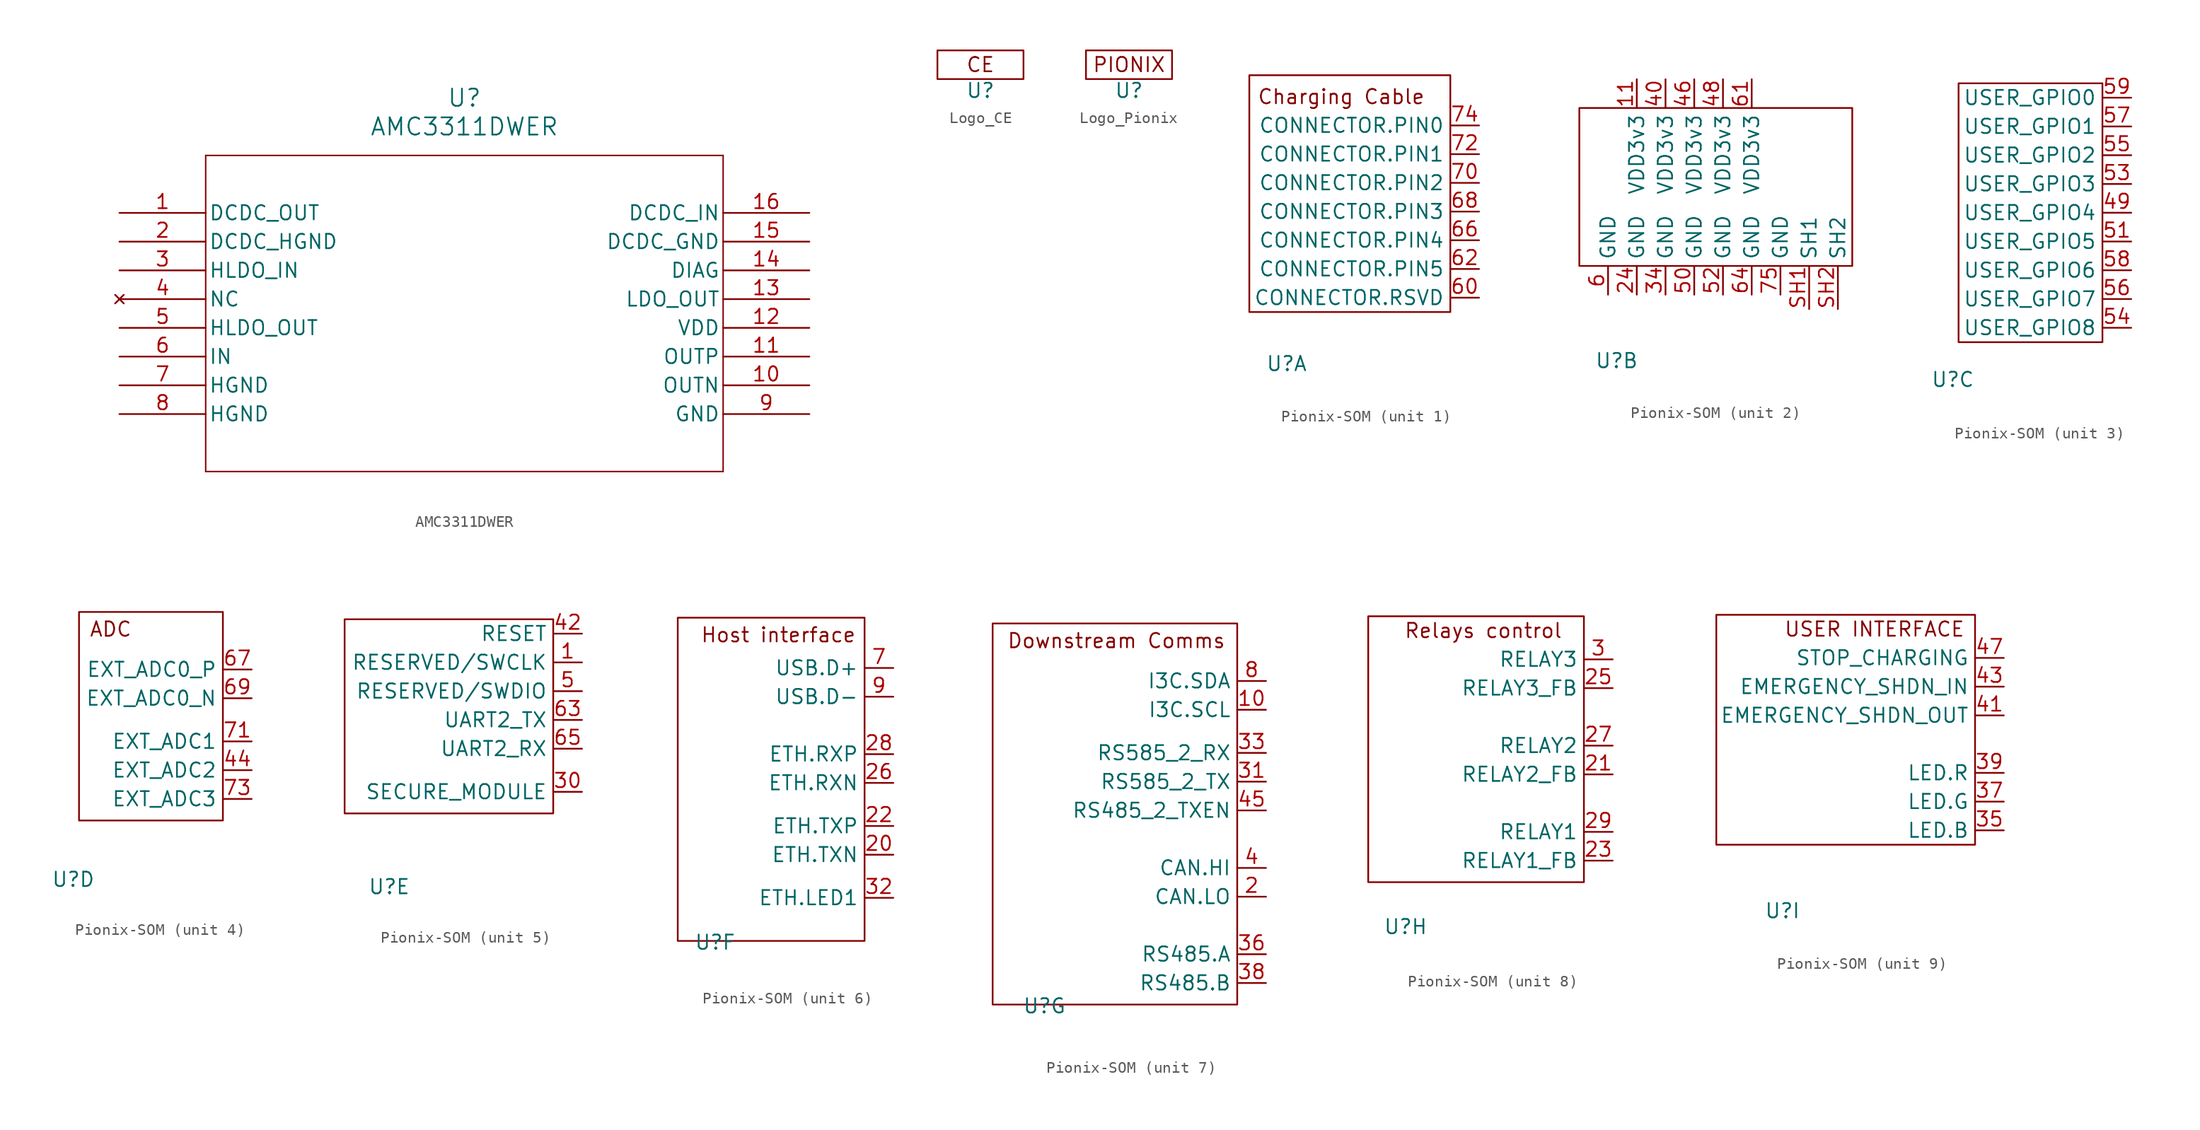
<source format=kicad_sym>
(kicad_symbol_lib
  (version 20241209)
  (generator "kicad_symbol_editor")
  (generator_version "9.0")
  (symbol "AMC3311DWER"
    (pin_names
      (offset 0.254))
    (property "Reference" "U"
      (at 0 19.05 0)
      (effects (font (size 1.524 1.524))))
    (property "Value" "AMC3311DWER"
      (at 0 16.51 0)
      (effects (font (size 1.524 1.524))))
    (symbol "AMC3311DWER_0_1"
      (polyline (pts (xy -22.86 13.97) (xy -22.86 -13.97)) (stroke (width 0.127) (type default)) (fill (type none)))
      (polyline (pts (xy -22.86 -13.97) (xy 22.86 -13.97)) (stroke (width 0.127) (type default)) (fill (type none)))
      (polyline (pts (xy 22.86 13.97) (xy -22.86 13.97)) (stroke (width 0.127) (type default)) (fill (type none)))
      (polyline (pts (xy 22.86 -13.97) (xy 22.86 13.97)) (stroke (width 0.127) (type default)) (fill (type none)))
      (pin power_in line (at -30.48 8.89 0) (length 7.62) (name "DCDC_OUT" (effects (font (size 1.27 1.27)))) (number "1" (effects (font (size 1.27 1.27)))))
      (pin power_out line (at -30.48 6.35 0) (length 7.62) (name "DCDC_HGND" (effects (font (size 1.27 1.27)))) (number "2" (effects (font (size 1.27 1.27)))))
      (pin power_in line (at -30.48 3.81 0) (length 7.62) (name "HLDO_IN" (effects (font (size 1.27 1.27)))) (number "3" (effects (font (size 1.27 1.27)))))
      (pin no_connect line (at -30.48 1.27 0) (length 7.62) (name "NC" (effects (font (size 1.27 1.27)))) (number "4" (effects (font (size 1.27 1.27)))))
      (pin power_in line (at -30.48 -1.27 0) (length 7.62) (name "HLDO_OUT" (effects (font (size 1.27 1.27)))) (number "5" (effects (font (size 1.27 1.27)))))
      (pin input line (at -30.48 -3.81 0) (length 7.62) (name "IN" (effects (font (size 1.27 1.27)))) (number "6" (effects (font (size 1.27 1.27)))))
      (pin power_out line (at -30.48 -6.35 0) (length 7.62) (name "HGND" (effects (font (size 1.27 1.27)))) (number "7" (effects (font (size 1.27 1.27)))))
      (pin power_out line (at -30.48 -8.89 0) (length 7.62) (name "HGND" (effects (font (size 1.27 1.27)))) (number "8" (effects (font (size 1.27 1.27)))))
      (pin power_in line (at 30.48 8.89 180) (length 7.62) (name "DCDC_IN" (effects (font (size 1.27 1.27)))) (number "16" (effects (font (size 1.27 1.27)))))
      (pin power_out line (at 30.48 6.35 180) (length 7.62) (name "DCDC_GND" (effects (font (size 1.27 1.27)))) (number "15" (effects (font (size 1.27 1.27)))))
      (pin output line (at 30.48 3.81 180) (length 7.62) (name "DIAG" (effects (font (size 1.27 1.27)))) (number "14" (effects (font (size 1.27 1.27)))))
      (pin output line (at 30.48 1.27 180) (length 7.62) (name "LDO_OUT" (effects (font (size 1.27 1.27)))) (number "13" (effects (font (size 1.27 1.27)))))
      (pin power_in line (at 30.48 -1.27 180) (length 7.62) (name "VDD" (effects (font (size 1.27 1.27)))) (number "12" (effects (font (size 1.27 1.27)))))
      (pin output line (at 30.48 -3.81 180) (length 7.62) (name "OUTP" (effects (font (size 1.27 1.27)))) (number "11" (effects (font (size 1.27 1.27)))))
      (pin output line (at 30.48 -6.35 180) (length 7.62) (name "OUTN" (effects (font (size 1.27 1.27)))) (number "10" (effects (font (size 1.27 1.27)))))
      (pin power_out line (at 30.48 -8.89 180) (length 7.62) (name "GND" (effects (font (size 1.27 1.27)))) (number "9" (effects (font (size 1.27 1.27)))))))
  (symbol "Logo_CE"
    (property "Reference" "U"
      (at 0 -2.286 0)
      (effects (font (size 1.27 1.27))))
    (property "Value" ""
      (at 0 0 0)
      (effects (font (size 1.27 1.27))))
    (symbol "Logo_CE_1_1"
      (rectangle (start -3.81 1.27) (end 3.81 -1.27) (stroke (width 0) (type default)) (fill (type none)))
      (text "CE" (at 0 0 0) (effects (font (size 1.27 1.27))))))
  (symbol "Logo_Pionix"
    (property "Reference" "U"
      (at 0 -2.286 0)
      (effects (font (size 1.27 1.27))))
    (property "Value" ""
      (at 0 0 0)
      (effects (font (size 1.27 1.27))))
    (symbol "Logo_Pionix_1_1"
      (rectangle (start -3.81 1.27) (end 3.81 -1.27) (stroke (width 0) (type default)) (fill (type none)))
      (text "PIONIX" (at 0 0 0) (effects (font (size 1.27 1.27))))))
  (symbol "Pionix-SOM"
    (property "Reference" "U"
      (at -6.858 -14.732 0)
      (effects (font (size 1.27 1.27))))
    (property "Value" ""
      (at 1.27 -5.08 0)
      (effects (font (size 1.27 1.27))))
    (property "ki_locked" ""
      (at 0 0 0)
      (effects (font (size 1.27 1.27))))
    (symbol "Pionix-SOM_1_1"
      (rectangle (start -10.16 10.795) (end 7.62 -10.16) (stroke (width 0) (type default)) (fill (type none)))
      (text "Charging Cable" (at -2.032 8.89 0) (effects (font (size 1.27 1.27))))
      (pin passive line (at 10.16 6.35 180) (length 2.54) (name "CONNECTOR.PIN0" (effects (font (size 1.27 1.27)))) (number "74" (effects (font (size 1.27 1.27)))))
      (pin passive line (at 10.16 3.81 180) (length 2.54) (name "CONNECTOR.PIN1" (effects (font (size 1.27 1.27)))) (number "72" (effects (font (size 1.27 1.27)))))
      (pin passive line (at 10.16 1.27 180) (length 2.54) (name "CONNECTOR.PIN2" (effects (font (size 1.27 1.27)))) (number "70" (effects (font (size 1.27 1.27)))))
      (pin passive line (at 10.16 -1.27 180) (length 2.54) (name "CONNECTOR.PIN3" (effects (font (size 1.27 1.27)))) (number "68" (effects (font (size 1.27 1.27)))))
      (pin passive line (at 10.16 -3.81 180) (length 2.54) (name "CONNECTOR.PIN4" (effects (font (size 1.27 1.27)))) (number "66" (effects (font (size 1.27 1.27)))))
      (pin passive line (at 10.16 -6.35 180) (length 2.54) (name "CONNECTOR.PIN5" (effects (font (size 1.27 1.27)))) (number "62" (effects (font (size 1.27 1.27)))))
      (pin passive line (at 10.16 -8.89 180) (length 2.54) (name "CONNECTOR.RSVD" (effects (font (size 1.27 1.27)))) (number "60" (effects (font (size 1.27 1.27))))))
    (symbol "Pionix-SOM_2_1"
      (rectangle (start -10.16 7.62) (end 13.97 -6.35) (stroke (width 0) (type default)) (fill (type none)))
      (pin power_in line (at -7.62 -8.89 90) (length 2.54) (name "GND" (effects (font (size 1.27 1.27)))) (number "6" (effects (font (size 1.27 1.27)))))
      (pin power_in line (at -5.08 10.16 270) (length 2.54) (name "VDD3v3" (effects (font (size 1.27 1.27)))) (number "11" (effects (font (size 1.27 1.27)))))
      (pin power_in line (at -5.08 -8.89 90) (length 2.54) (name "GND" (effects (font (size 1.27 1.27)))) (number "24" (effects (font (size 1.27 1.27)))))
      (pin power_in line (at -2.54 10.16 270) (length 2.54) (name "VDD3v3" (effects (font (size 1.27 1.27)))) (number "40" (effects (font (size 1.27 1.27)))))
      (pin power_in line (at -2.54 -8.89 90) (length 2.54) (name "GND" (effects (font (size 1.27 1.27)))) (number "34" (effects (font (size 1.27 1.27)))))
      (pin power_in line (at 0 10.16 270) (length 2.54) (name "VDD3v3" (effects (font (size 1.27 1.27)))) (number "46" (effects (font (size 1.27 1.27)))))
      (pin power_in line (at 0 -8.89 90) (length 2.54) (name "GND" (effects (font (size 1.27 1.27)))) (number "50" (effects (font (size 1.27 1.27)))))
      (pin power_in line (at 2.54 10.16 270) (length 2.54) (name "VDD3v3" (effects (font (size 1.27 1.27)))) (number "48" (effects (font (size 1.27 1.27)))))
      (pin power_in line (at 2.54 -8.89 90) (length 2.54) (name "GND" (effects (font (size 1.27 1.27)))) (number "52" (effects (font (size 1.27 1.27)))))
      (pin power_in line (at 5.08 10.16 270) (length 2.54) (name "VDD3v3" (effects (font (size 1.27 1.27)))) (number "61" (effects (font (size 1.27 1.27)))))
      (pin power_in line (at 5.08 -8.89 90) (length 2.54) (name "GND" (effects (font (size 1.27 1.27)))) (number "64" (effects (font (size 1.27 1.27)))))
      (pin power_in line (at 7.62 -8.89 90) (length 2.54) (name "GND" (effects (font (size 1.27 1.27)))) (number "75" (effects (font (size 1.27 1.27)))))
      (pin passive line (at 10.16 -10.16 90) (length 3.81) (name "SH1" (effects (font (size 1.27 1.27)))) (number "SH1" (effects (font (size 1.27 1.27)))))
      (pin passive line (at 12.7 -10.16 90) (length 3.81) (name "SH2" (effects (font (size 1.27 1.27)))) (number "SH2" (effects (font (size 1.27 1.27))))))
    (symbol "Pionix-SOM_3_1"
      (rectangle (start 6.35 11.43) (end -6.35 -11.43) (stroke (width 0) (type default)) (fill (type none)))
      (pin bidirectional line (at 8.89 10.16 180) (length 2.54) (name "USER_GPIO0" (effects (font (size 1.27 1.27)))) (number "59" (effects (font (size 1.27 1.27)))))
      (pin bidirectional line (at 8.89 7.62 180) (length 2.54) (name "USER_GPIO1" (effects (font (size 1.27 1.27)))) (number "57" (effects (font (size 1.27 1.27)))))
      (pin bidirectional line (at 8.89 5.08 180) (length 2.54) (name "USER_GPIO2" (effects (font (size 1.27 1.27)))) (number "55" (effects (font (size 1.27 1.27)))))
      (pin bidirectional line (at 8.89 2.54 180) (length 2.54) (name "USER_GPIO3" (effects (font (size 1.27 1.27)))) (number "53" (effects (font (size 1.27 1.27)))))
      (pin bidirectional line (at 8.89 0 180) (length 2.54) (name "USER_GPIO4" (effects (font (size 1.27 1.27)))) (number "49" (effects (font (size 1.27 1.27)))))
      (pin bidirectional line (at 8.89 -2.54 180) (length 2.54) (name "USER_GPIO5" (effects (font (size 1.27 1.27)))) (number "51" (effects (font (size 1.27 1.27)))))
      (pin bidirectional line (at 8.89 -5.08 180) (length 2.54) (name "USER_GPIO6" (effects (font (size 1.27 1.27)))) (number "58" (effects (font (size 1.27 1.27)))))
      (pin bidirectional line (at 8.89 -7.62 180) (length 2.54) (name "USER_GPIO7" (effects (font (size 1.27 1.27)))) (number "56" (effects (font (size 1.27 1.27)))))
      (pin bidirectional line (at 8.89 -10.16 180) (length 2.54) (name "USER_GPIO8" (effects (font (size 1.27 1.27)))) (number "54" (effects (font (size 1.27 1.27))))))
    (symbol "Pionix-SOM_4_1"
      (rectangle (start -6.35 8.89) (end 6.35 -9.525) (stroke (width 0) (type default)) (fill (type none)))
      (text "ADC" (at -3.556 7.366 0) (effects (font (size 1.27 1.27))))
      (pin input line (at 8.89 3.81 180) (length 2.54) (name "EXT_ADC0_P" (effects (font (size 1.27 1.27)))) (number "67" (effects (font (size 1.27 1.27)))))
      (pin input line (at 8.89 1.27 180) (length 2.54) (name "EXT_ADC0_N" (effects (font (size 1.27 1.27)))) (number "69" (effects (font (size 1.27 1.27)))))
      (pin input line (at 8.89 -2.54 180) (length 2.54) (name "EXT_ADC1" (effects (font (size 1.27 1.27)))) (number "71" (effects (font (size 1.27 1.27)))))
      (pin input line (at 8.89 -5.08 180) (length 2.54) (name "EXT_ADC2" (effects (font (size 1.27 1.27)))) (number "44" (effects (font (size 1.27 1.27)))))
      (pin input line (at 8.89 -7.62 180) (length 2.54) (name "EXT_ADC3" (effects (font (size 1.27 1.27)))) (number "73" (effects (font (size 1.27 1.27))))))
    (symbol "Pionix-SOM_5_1"
      (rectangle (start -10.795 8.89) (end 7.62 -8.255) (stroke (width 0) (type default)) (fill (type none)))
      (pin input line (at 10.16 7.62 180) (length 2.54) (name "RESET" (effects (font (size 1.27 1.27)))) (number "42" (effects (font (size 1.27 1.27)))))
      (pin passive line (at 10.16 5.08 180) (length 2.54) (name "RESERVED/SWCLK" (effects (font (size 1.27 1.27)))) (number "1" (effects (font (size 1.27 1.27)))))
      (pin passive line (at 10.16 2.54 180) (length 2.54) (name "RESERVED/SWDIO" (effects (font (size 1.27 1.27)))) (number "5" (effects (font (size 1.27 1.27)))))
      (pin output line (at 10.16 0 180) (length 2.54) (name "UART2_TX" (effects (font (size 1.27 1.27)))) (number "63" (effects (font (size 1.27 1.27)))))
      (pin input line (at 10.16 -2.54 180) (length 2.54) (name "UART2_RX" (effects (font (size 1.27 1.27)))) (number "65" (effects (font (size 1.27 1.27)))))
      (pin input line (at 10.16 -6.35 180) (length 2.54) (name "SECURE_MODULE" (effects (font (size 1.27 1.27)))) (number "30" (effects (font (size 1.27 1.27))))))
    (symbol "Pionix-SOM_6_1"
      (rectangle (start -10.16 13.97) (end 6.35 -14.605) (stroke (width 0) (type default)) (fill (type none)))
      (text "Host interface" (at -1.27 12.446 0) (effects (font (size 1.27 1.27))))
      (pin passive line (at 8.89 9.525 180) (length 2.54) (name "USB.D+" (effects (font (size 1.27 1.27)))) (number "7" (effects (font (size 1.27 1.27)))))
      (pin passive line (at 8.89 6.985 180) (length 2.54) (name "USB.D-" (effects (font (size 1.27 1.27)))) (number "9" (effects (font (size 1.27 1.27)))))
      (pin passive line (at 8.89 1.905 180) (length 2.54) (name "ETH.RXP" (effects (font (size 1.27 1.27)))) (number "28" (effects (font (size 1.27 1.27)))))
      (pin passive line (at 8.89 -0.635 180) (length 2.54) (name "ETH.RXN" (effects (font (size 1.27 1.27)))) (number "26" (effects (font (size 1.27 1.27)))))
      (pin passive line (at 8.89 -4.445 180) (length 2.54) (name "ETH.TXP" (effects (font (size 1.27 1.27)))) (number "22" (effects (font (size 1.27 1.27)))))
      (pin passive line (at 8.89 -6.985 180) (length 2.54) (name "ETH.TXN" (effects (font (size 1.27 1.27)))) (number "20" (effects (font (size 1.27 1.27)))))
      (pin output line (at 8.89 -10.795 180) (length 2.54) (name "ETH.LED1" (effects (font (size 1.27 1.27)))) (number "32" (effects (font (size 1.27 1.27))))))
    (symbol "Pionix-SOM_7_1"
      (rectangle (start -11.43 19.05) (end 10.16 -14.605) (stroke (width 0) (type default)) (fill (type none)))
      (text "Downstream Comms" (at -0.508 17.526 0) (effects (font (size 1.27 1.27))))
      (pin bidirectional line (at 12.7 13.97 180) (length 2.54) (name "I3C.SDA" (effects (font (size 1.27 1.27)))) (number "8" (effects (font (size 1.27 1.27)))))
      (pin output line (at 12.7 11.43 180) (length 2.54) (name "I3C.SCL" (effects (font (size 1.27 1.27)))) (number "10" (effects (font (size 1.27 1.27)))))
      (pin input line (at 12.7 7.62 180) (length 2.54) (name "RS585_2_RX" (effects (font (size 1.27 1.27)))) (number "33" (effects (font (size 1.27 1.27)))))
      (pin output line (at 12.7 5.08 180) (length 2.54) (name "RS585_2_TX" (effects (font (size 1.27 1.27)))) (number "31" (effects (font (size 1.27 1.27)))))
      (pin output line (at 12.7 2.54 180) (length 2.54) (name "RS485_2_TXEN" (effects (font (size 1.27 1.27)))) (number "45" (effects (font (size 1.27 1.27)))))
      (pin bidirectional line (at 12.7 -2.54 180) (length 2.54) (name "CAN.HI" (effects (font (size 1.27 1.27)))) (number "4" (effects (font (size 1.27 1.27)))))
      (pin bidirectional line (at 12.7 -5.08 180) (length 2.54) (name "CAN.LO" (effects (font (size 1.27 1.27)))) (number "2" (effects (font (size 1.27 1.27)))))
      (pin bidirectional line (at 12.7 -10.16 180) (length 2.54) (name "RS485.A" (effects (font (size 1.27 1.27)))) (number "36" (effects (font (size 1.27 1.27)))))
      (pin bidirectional line (at 12.7 -12.7 180) (length 2.54) (name "RS485.B" (effects (font (size 1.27 1.27)))) (number "38" (effects (font (size 1.27 1.27))))))
    (symbol "Pionix-SOM_8_1"
      (rectangle (start -10.16 12.7) (end 8.89 -10.795) (stroke (width 0) (type default)) (fill (type none)))
      (text "Relays control" (at 0 11.43 0) (effects (font (size 1.27 1.27))))
      (pin output line (at 11.43 8.89 180) (length 2.54) (name "RELAY3" (effects (font (size 1.27 1.27)))) (number "3" (effects (font (size 1.27 1.27)))))
      (pin input line (at 11.43 6.35 180) (length 2.54) (name "RELAY3_FB" (effects (font (size 1.27 1.27)))) (number "25" (effects (font (size 1.27 1.27)))))
      (pin output line (at 11.43 1.27 180) (length 2.54) (name "RELAY2" (effects (font (size 1.27 1.27)))) (number "27" (effects (font (size 1.27 1.27)))))
      (pin input line (at 11.43 -1.27 180) (length 2.54) (name "RELAY2_FB" (effects (font (size 1.27 1.27)))) (number "21" (effects (font (size 1.27 1.27)))))
      (pin output line (at 11.43 -6.35 180) (length 2.54) (name "RELAY1" (effects (font (size 1.27 1.27)))) (number "29" (effects (font (size 1.27 1.27)))))
      (pin input line (at 11.43 -8.89 180) (length 2.54) (name "RELAY1_FB" (effects (font (size 1.27 1.27)))) (number "23" (effects (font (size 1.27 1.27))))))
    (symbol "Pionix-SOM_9_1"
      (rectangle (start 10.16 11.43) (end -12.7 -8.89) (stroke (width 0) (type default)) (fill (type none)))
      (text "USER INTERFACE" (at 1.27 10.16 0) (effects (font (size 1.27 1.27))))
      (pin input line (at 12.7 7.62 180) (length 2.54) (name "STOP_CHARGING" (effects (font (size 1.27 1.27)))) (number "47" (effects (font (size 1.27 1.27)))))
      (pin input line (at 12.7 5.08 180) (length 2.54) (name "EMERGENCY_SHDN_IN" (effects (font (size 1.27 1.27)))) (number "43" (effects (font (size 1.27 1.27)))))
      (pin output line (at 12.7 2.54 180) (length 2.54) (name "EMERGENCY_SHDN_OUT" (effects (font (size 1.27 1.27)))) (number "41" (effects (font (size 1.27 1.27)))))
      (pin output line (at 12.7 -2.54 180) (length 2.54) (name "LED.R" (effects (font (size 1.27 1.27)))) (number "39" (effects (font (size 1.27 1.27)))))
      (pin output line (at 12.7 -5.08 180) (length 2.54) (name "LED.G" (effects (font (size 1.27 1.27)))) (number "37" (effects (font (size 1.27 1.27)))))
      (pin output line (at 12.7 -7.62 180) (length 2.54) (name "LED.B" (effects (font (size 1.27 1.27)))) (number "35" (effects (font (size 1.27 1.27))))))))
</source>
